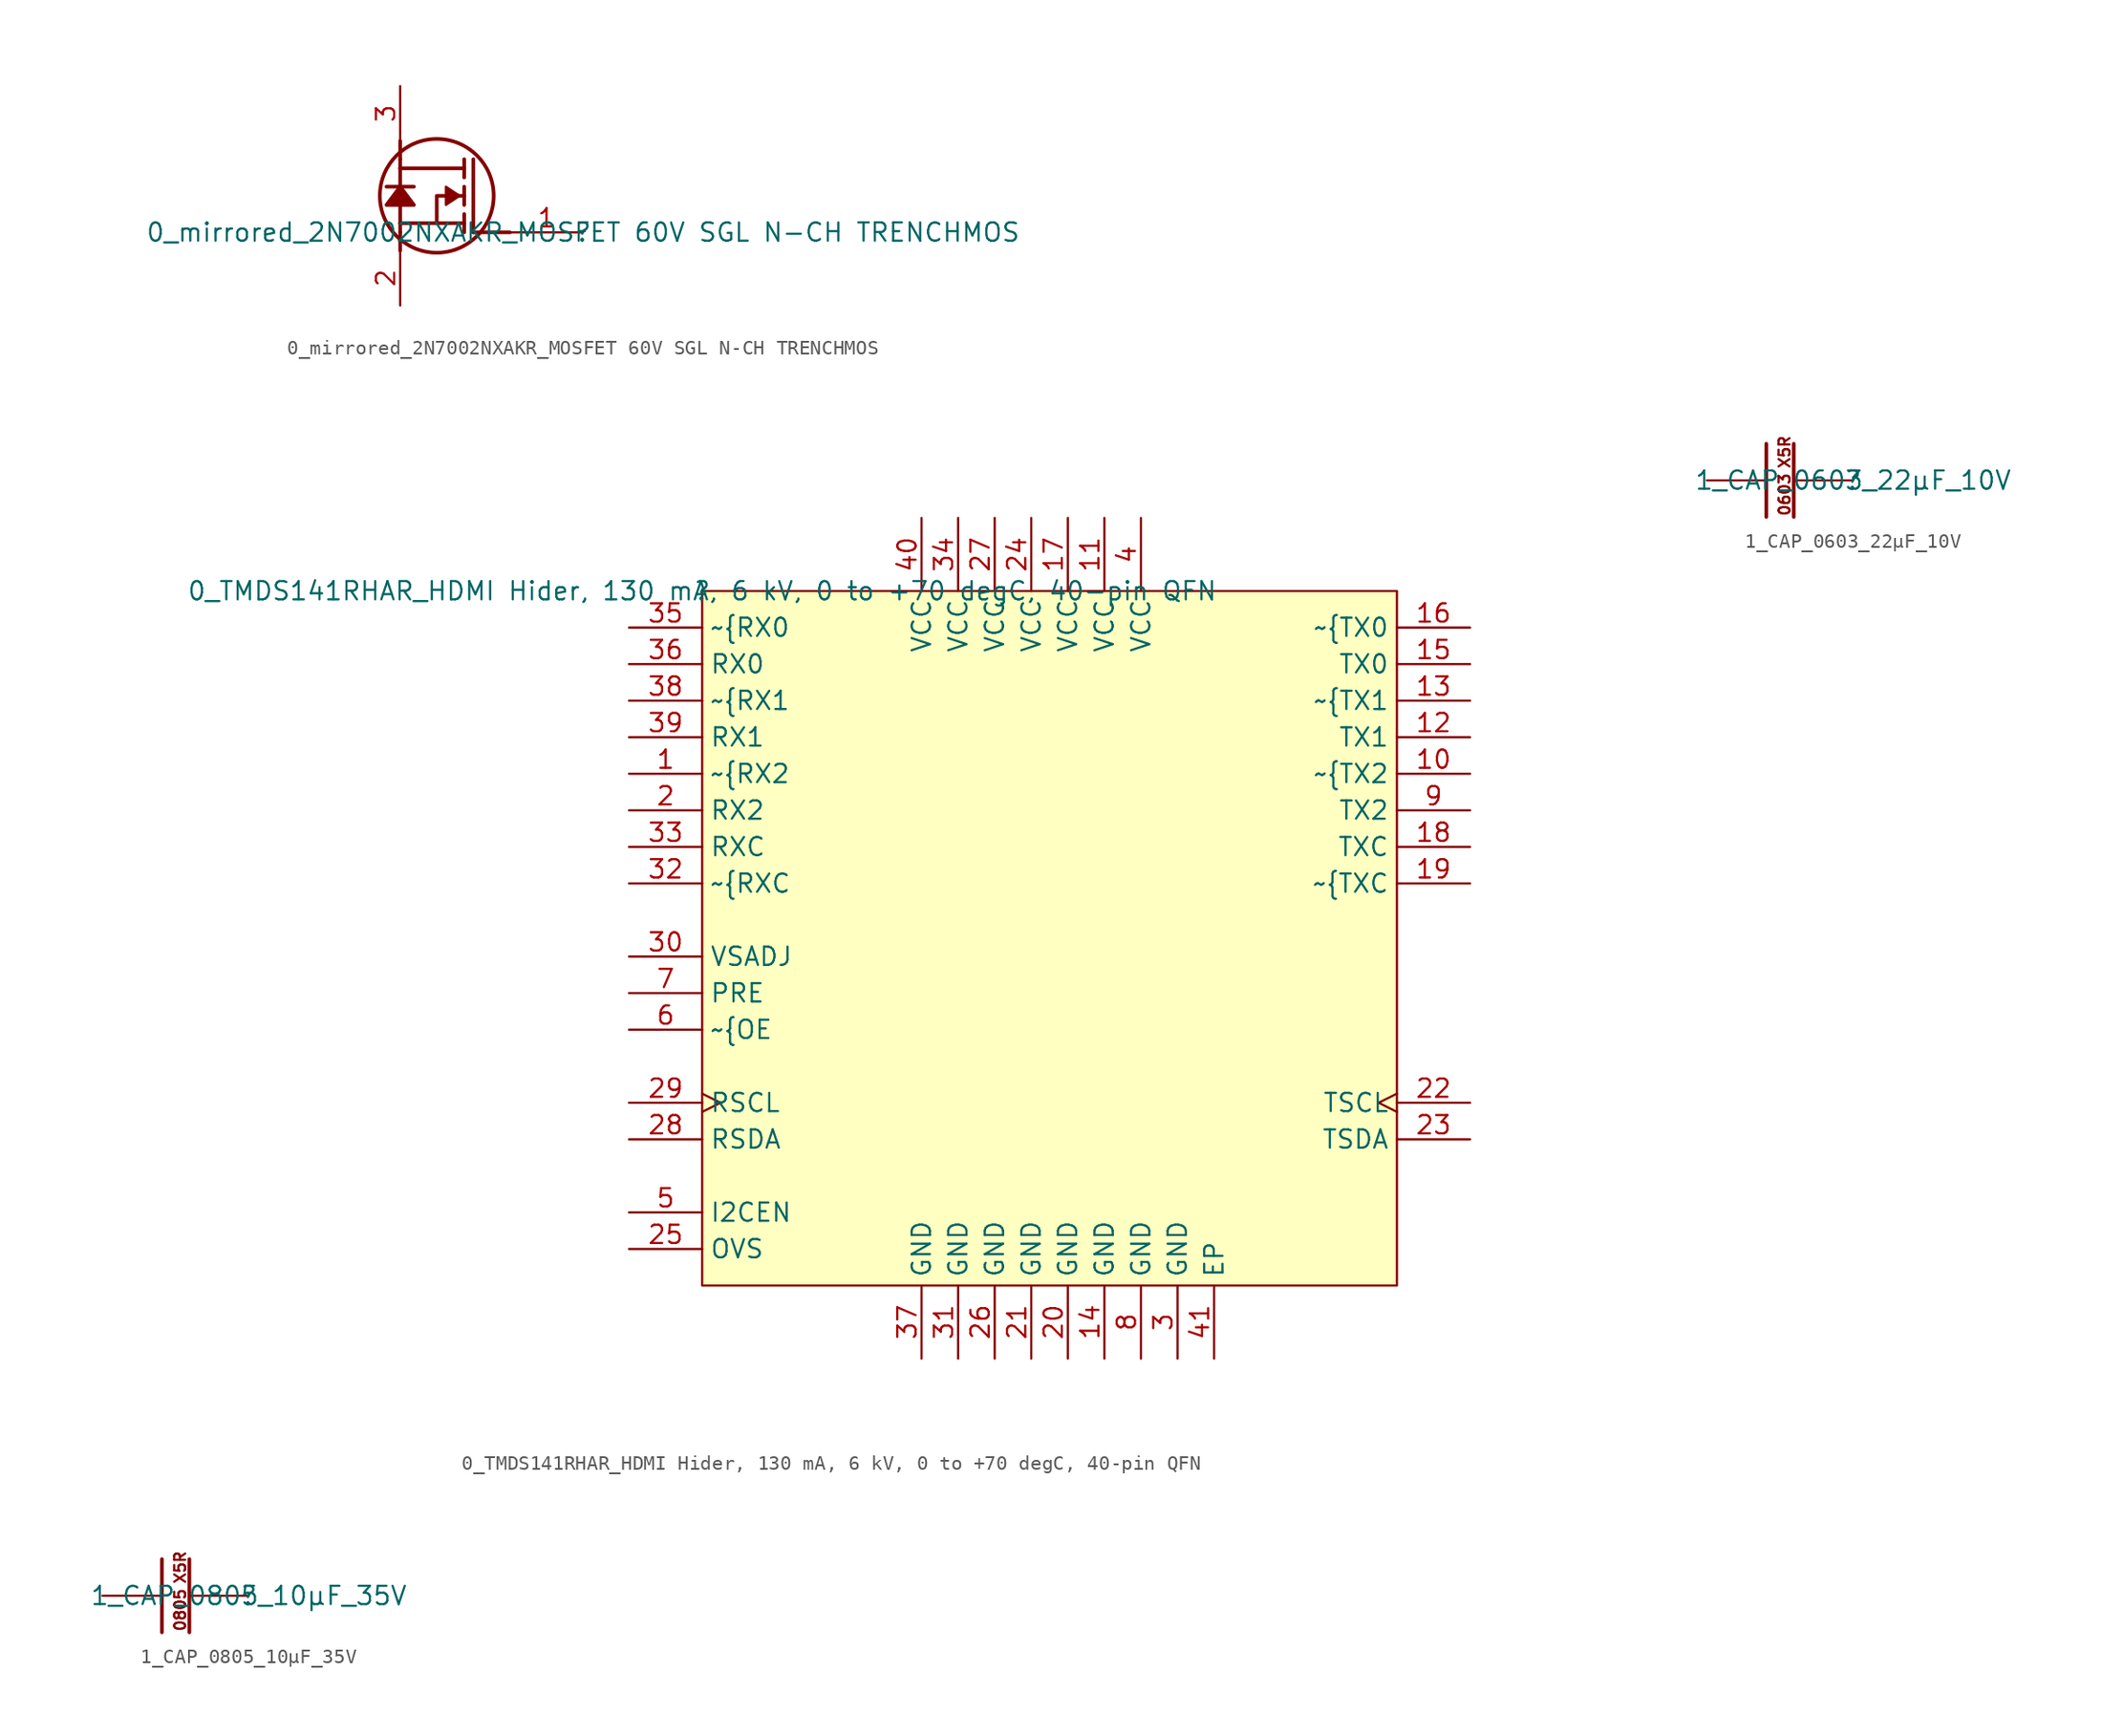
<source format=kicad_sym>
(kicad_symbol_lib
  (version 20211014)
  (generator kicad_symbol_editor)
  (symbol "0_mirrored_2N7002NXAKR_MOSFET 60V SGL N-CH TRENCHMOS"
    (property "Reference" ""
      (at 0 0 0)
      (effects (font (size 1.27 1.27))))
    (property "Value" "0_mirrored_2N7002NXAKR_MOSFET 60V SGL N-CH TRENCHMOS"
      (at 0 0 0)
      (effects (font (size 1.27 1.27))))
    (symbol "0_mirrored_2N7002NXAKR_MOSFET 60V SGL N-CH TRENCHMOS_1_0"
      (circle (center -10.16 2.54) (radius 3.952) (stroke (width 0.254) (type default) (color 0 0 0 0)) (fill (type none)))
      (polyline (pts (xy -12.7 0) (xy -12.7 -1.27)) (stroke (width 0.254) (type default) (color 0 0 0 0)) (fill (type none)))
      (polyline (pts (xy -12.7 0.635) (xy -12.7 0)) (stroke (width 0.254) (type default) (color 0 0 0 0)) (fill (type none)))
      (polyline (pts (xy -12.7 0.635) (xy -12.7 1.905)) (stroke (width 0.254) (type default) (color 0 0 0 0)) (fill (type none)))
      (polyline (pts (xy -12.7 3.175) (xy -13.652 3.175)) (stroke (width 0.254) (type default) (color 0 0 0 0)) (fill (type none)))
      (polyline (pts (xy -12.7 3.175) (xy -11.747 3.175)) (stroke (width 0.254) (type default) (color 0 0 0 0)) (fill (type none)))
      (polyline (pts (xy -12.7 4.445) (xy -12.7 3.175)) (stroke (width 0.254) (type default) (color 0 0 0 0)) (fill (type none)))
      (polyline (pts (xy -12.7 4.445) (xy -12.7 5.08)) (stroke (width 0.254) (type default) (color 0 0 0 0)) (fill (type none)))
      (polyline (pts (xy -12.7 5.08) (xy -12.7 6.35)) (stroke (width 0.254) (type default) (color 0 0 0 0)) (fill (type none)))
      (polyline (pts (xy -10.16 0.635) (xy -12.7 0.635)) (stroke (width 0.254) (type default) (color 0 0 0 0)) (fill (type none)))
      (polyline (pts (xy -8.255 0.635) (xy -8.255 0)) (stroke (width 0.254) (type default) (color 0 0 0 0)) (fill (type none)))
      (polyline (pts (xy -8.255 0.635) (xy -8.255 1.27)) (stroke (width 0.254) (type default) (color 0 0 0 0)) (fill (type none)))
      (polyline (pts (xy -8.255 2.54) (xy -8.255 1.905)) (stroke (width 0.254) (type default) (color 0 0 0 0)) (fill (type none)))
      (polyline (pts (xy -8.255 2.54) (xy -8.255 3.175)) (stroke (width 0.254) (type default) (color 0 0 0 0)) (fill (type none)))
      (polyline (pts (xy -8.255 4.445) (xy -12.7 4.445)) (stroke (width 0.254) (type default) (color 0 0 0 0)) (fill (type none)))
      (polyline (pts (xy -8.255 4.445) (xy -8.255 3.81)) (stroke (width 0.254) (type default) (color 0 0 0 0)) (fill (type none)))
      (polyline (pts (xy -8.255 4.445) (xy -8.255 5.08)) (stroke (width 0.254) (type default) (color 0 0 0 0)) (fill (type none)))
      (polyline (pts (xy -7.62 0) (xy -7.62 5.08)) (stroke (width 0.254) (type default) (color 0 0 0 0)) (fill (type none)))
      (polyline (pts (xy -5.08 0) (xy -7.62 0)) (stroke (width 0.254) (type default) (color 0 0 0 0)) (fill (type none)))
      (polyline (pts (xy -12.7 1.905) (xy -13.652 1.905) (xy -12.7 3.175)) (stroke (width 0.254) (type default) (color 0 0 0 0)) (fill (type none)))
      (polyline (pts (xy -12.7 1.905) (xy -11.747 1.905) (xy -12.7 3.175)) (stroke (width 0.254) (type default) (color 0 0 0 0)) (fill (type none)))
      (polyline (pts (xy -13.652 1.905) (xy -11.747 1.905) (xy -12.7 3.175) (xy -13.652 1.905)) (stroke (width 0) (type default) (color 0 0 0 0)) (fill (type outline)))
      (polyline (pts (xy -8.255 2.54) (xy -10.16 2.54) (xy -10.16 0.635) (xy -8.255 0.635)) (stroke (width 0.254) (type default) (color 0 0 0 0)) (fill (type none)))
      (polyline (pts (xy -9.525 2.54) (xy -9.525 1.905) (xy -8.572 2.54) (xy -9.525 3.175) (xy -9.525 2.54)) (stroke (width 0) (type default) (color 0 0 0 0)) (fill (type outline)))
      (pin passive line (at 0 0 180) (length 5.08) (name "G" (effects (font (size 0 0)))) (number "1" (effects (font (size 1.27 1.27)))))
      (pin passive line (at -12.7 -5.08 90) (length 3.81) (name "S" (effects (font (size 0 0)))) (number "2" (effects (font (size 1.27 1.27)))))
      (pin passive line (at -12.7 10.16 270) (length 3.81) (name "D" (effects (font (size 0 0)))) (number "3" (effects (font (size 1.27 1.27)))))))
  (symbol "0_TMDS141RHAR_HDMI Hider, 130 mA, 6 kV, 0 to +70 degC, 40-pin QFN"
    (property "Reference" ""
      (at 0 0 0)
      (effects (font (size 1.27 1.27))))
    (property "Value" "0_TMDS141RHAR_HDMI Hider, 130 mA, 6 kV, 0 to +70 degC, 40-pin QFN"
      (at 0 0 0)
      (effects (font (size 1.27 1.27))))
    (symbol "0_TMDS141RHAR_HDMI Hider, 130 mA, 6 kV, 0 to +70 degC, 40-pin QFN_1_0"
      (rectangle (start 48.26 0) (end 0 -48.26) (stroke (width 0) (type default) (color 0 0 0 0)) (fill (type background)))
      (pin input line (at -5.08 -12.7 0) (length 5.08) (name "~{RX2" (effects (font (size 1.27 1.27)))) (number "1" (effects (font (size 1.27 1.27)))))
      (pin tri_state line (at 53.34 -12.7 180) (length 5.08) (name "~{TX2" (effects (font (size 1.27 1.27)))) (number "10" (effects (font (size 1.27 1.27)))))
      (pin power_in line (at 27.94 5.08 270) (length 5.08) (name "VCC" (effects (font (size 1.27 1.27)))) (number "11" (effects (font (size 1.27 1.27)))))
      (pin tri_state line (at 53.34 -10.16 180) (length 5.08) (name "TX1" (effects (font (size 1.27 1.27)))) (number "12" (effects (font (size 1.27 1.27)))))
      (pin tri_state line (at 53.34 -7.62 180) (length 5.08) (name "~{TX1" (effects (font (size 1.27 1.27)))) (number "13" (effects (font (size 1.27 1.27)))))
      (pin power_in line (at 27.94 -53.34 90) (length 5.08) (name "GND" (effects (font (size 1.27 1.27)))) (number "14" (effects (font (size 1.27 1.27)))))
      (pin tri_state line (at 53.34 -5.08 180) (length 5.08) (name "TX0" (effects (font (size 1.27 1.27)))) (number "15" (effects (font (size 1.27 1.27)))))
      (pin tri_state line (at 53.34 -2.54 180) (length 5.08) (name "~{TX0" (effects (font (size 1.27 1.27)))) (number "16" (effects (font (size 1.27 1.27)))))
      (pin power_in line (at 25.4 5.08 270) (length 5.08) (name "VCC" (effects (font (size 1.27 1.27)))) (number "17" (effects (font (size 1.27 1.27)))))
      (pin tri_state line (at 53.34 -17.78 180) (length 5.08) (name "TXC" (effects (font (size 1.27 1.27)))) (number "18" (effects (font (size 1.27 1.27)))))
      (pin tri_state line (at 53.34 -20.32 180) (length 5.08) (name "~{TXC" (effects (font (size 1.27 1.27)))) (number "19" (effects (font (size 1.27 1.27)))))
      (pin input line (at -5.08 -15.24 0) (length 5.08) (name "RX2" (effects (font (size 1.27 1.27)))) (number "2" (effects (font (size 1.27 1.27)))))
      (pin power_in line (at 25.4 -53.34 90) (length 5.08) (name "GND" (effects (font (size 1.27 1.27)))) (number "20" (effects (font (size 1.27 1.27)))))
      (pin power_in line (at 22.86 -53.34 90) (length 5.08) (name "GND" (effects (font (size 1.27 1.27)))) (number "21" (effects (font (size 1.27 1.27)))))
      (pin bidirectional clock (at 53.34 -35.56 180) (length 5.08) (name "TSCL" (effects (font (size 1.27 1.27)))) (number "22" (effects (font (size 1.27 1.27)))))
      (pin bidirectional line (at 53.34 -38.1 180) (length 5.08) (name "TSDA" (effects (font (size 1.27 1.27)))) (number "23" (effects (font (size 1.27 1.27)))))
      (pin power_in line (at 22.86 5.08 270) (length 5.08) (name "VCC" (effects (font (size 1.27 1.27)))) (number "24" (effects (font (size 1.27 1.27)))))
      (pin input line (at -5.08 -45.72 0) (length 5.08) (name "OVS" (effects (font (size 1.27 1.27)))) (number "25" (effects (font (size 1.27 1.27)))))
      (pin power_in line (at 20.32 -53.34 90) (length 5.08) (name "GND" (effects (font (size 1.27 1.27)))) (number "26" (effects (font (size 1.27 1.27)))))
      (pin power_in line (at 20.32 5.08 270) (length 5.08) (name "VCC" (effects (font (size 1.27 1.27)))) (number "27" (effects (font (size 1.27 1.27)))))
      (pin bidirectional line (at -5.08 -38.1 0) (length 5.08) (name "RSDA" (effects (font (size 1.27 1.27)))) (number "28" (effects (font (size 1.27 1.27)))))
      (pin bidirectional clock (at -5.08 -35.56 0) (length 5.08) (name "RSCL" (effects (font (size 1.27 1.27)))) (number "29" (effects (font (size 1.27 1.27)))))
      (pin power_in line (at 33.02 -53.34 90) (length 5.08) (name "GND" (effects (font (size 1.27 1.27)))) (number "3" (effects (font (size 1.27 1.27)))))
      (pin input line (at -5.08 -25.4 0) (length 5.08) (name "VSADJ" (effects (font (size 1.27 1.27)))) (number "30" (effects (font (size 1.27 1.27)))))
      (pin power_in line (at 17.78 -53.34 90) (length 5.08) (name "GND" (effects (font (size 1.27 1.27)))) (number "31" (effects (font (size 1.27 1.27)))))
      (pin input line (at -5.08 -20.32 0) (length 5.08) (name "~{RXC" (effects (font (size 1.27 1.27)))) (number "32" (effects (font (size 1.27 1.27)))))
      (pin input line (at -5.08 -17.78 0) (length 5.08) (name "RXC" (effects (font (size 1.27 1.27)))) (number "33" (effects (font (size 1.27 1.27)))))
      (pin power_in line (at 17.78 5.08 270) (length 5.08) (name "VCC" (effects (font (size 1.27 1.27)))) (number "34" (effects (font (size 1.27 1.27)))))
      (pin input line (at -5.08 -2.54 0) (length 5.08) (name "~{RX0" (effects (font (size 1.27 1.27)))) (number "35" (effects (font (size 1.27 1.27)))))
      (pin input line (at -5.08 -5.08 0) (length 5.08) (name "RX0" (effects (font (size 1.27 1.27)))) (number "36" (effects (font (size 1.27 1.27)))))
      (pin power_in line (at 15.24 -53.34 90) (length 5.08) (name "GND" (effects (font (size 1.27 1.27)))) (number "37" (effects (font (size 1.27 1.27)))))
      (pin input line (at -5.08 -7.62 0) (length 5.08) (name "~{RX1" (effects (font (size 1.27 1.27)))) (number "38" (effects (font (size 1.27 1.27)))))
      (pin input line (at -5.08 -10.16 0) (length 5.08) (name "RX1" (effects (font (size 1.27 1.27)))) (number "39" (effects (font (size 1.27 1.27)))))
      (pin power_in line (at 30.48 5.08 270) (length 5.08) (name "VCC" (effects (font (size 1.27 1.27)))) (number "4" (effects (font (size 1.27 1.27)))))
      (pin power_in line (at 15.24 5.08 270) (length 5.08) (name "VCC" (effects (font (size 1.27 1.27)))) (number "40" (effects (font (size 1.27 1.27)))))
      (pin power_in line (at 35.56 -53.34 90) (length 5.08) (name "EP" (effects (font (size 1.27 1.27)))) (number "41" (effects (font (size 1.27 1.27)))))
      (pin input line (at -5.08 -43.18 0) (length 5.08) (name "I2CEN" (effects (font (size 1.27 1.27)))) (number "5" (effects (font (size 1.27 1.27)))))
      (pin input line (at -5.08 -30.48 0) (length 5.08) (name "~{OE" (effects (font (size 1.27 1.27)))) (number "6" (effects (font (size 1.27 1.27)))))
      (pin input line (at -5.08 -27.94 0) (length 5.08) (name "PRE" (effects (font (size 1.27 1.27)))) (number "7" (effects (font (size 1.27 1.27)))))
      (pin power_in line (at 30.48 -53.34 90) (length 5.08) (name "GND" (effects (font (size 1.27 1.27)))) (number "8" (effects (font (size 1.27 1.27)))))
      (pin tri_state line (at 53.34 -15.24 180) (length 5.08) (name "TX2" (effects (font (size 1.27 1.27)))) (number "9" (effects (font (size 1.27 1.27)))))))
  (symbol "1_CAP_0603_22µF_10V"
    (property "Reference" ""
      (at 0 0 0)
      (effects (font (size 1.27 1.27))))
    (property "Value" "1_CAP_0603_22µF_10V"
      (at 0 0 0)
      (effects (font (size 1.27 1.27))))
    (symbol "1_CAP_0603_22µF_10V_1_0"
      (polyline (pts (xy -6.032 -2.54) (xy -6.032 2.54)) (stroke (width 0.254) (type default) (color 0 0 0 0)) (fill (type none)))
      (polyline (pts (xy -4.127 -2.54) (xy -4.127 2.54)) (stroke (width 0.254) (type default) (color 0 0 0 0)) (fill (type none)))
      (text "0603" (at -4.318 -2.54 900) (effects (font (size 0.762 0.762)) (justify left bottom)))
      (text "X5R" (at -4.318 0.762 900) (effects (font (size 0.762 0.762)) (justify left bottom)))
      (pin passive line (at -10.16 0 0) (length 4.064) (name "1" (effects (font (size 0 0)))) (number "1" (effects (font (size 0 0)))))
      (pin passive line (at 0 0 180) (length 4.064) (name "2" (effects (font (size 0 0)))) (number "2" (effects (font (size 0 0)))))))
  (symbol "1_CAP_0805_10µF_35V"
    (property "Reference" ""
      (at 0 0 0)
      (effects (font (size 1.27 1.27))))
    (property "Value" "1_CAP_0805_10µF_35V"
      (at 0 0 0)
      (effects (font (size 1.27 1.27))))
    (symbol "1_CAP_0805_10µF_35V_1_0"
      (polyline (pts (xy -6.032 -2.54) (xy -6.032 2.54)) (stroke (width 0.254) (type default) (color 0 0 0 0)) (fill (type none)))
      (polyline (pts (xy -4.127 -2.54) (xy -4.127 2.54)) (stroke (width 0.254) (type default) (color 0 0 0 0)) (fill (type none)))
      (text "0805" (at -4.318 -2.54 900) (effects (font (size 0.762 0.762)) (justify left bottom)))
      (text "X5R" (at -4.318 0.762 900) (effects (font (size 0.762 0.762)) (justify left bottom)))
      (pin passive line (at -10.16 0 0) (length 4.064) (name "1" (effects (font (size 0 0)))) (number "1" (effects (font (size 0 0)))))
      (pin passive line (at 0 0 180) (length 4.064) (name "2" (effects (font (size 0 0)))) (number "2" (effects (font (size 0 0))))))))
</source>
